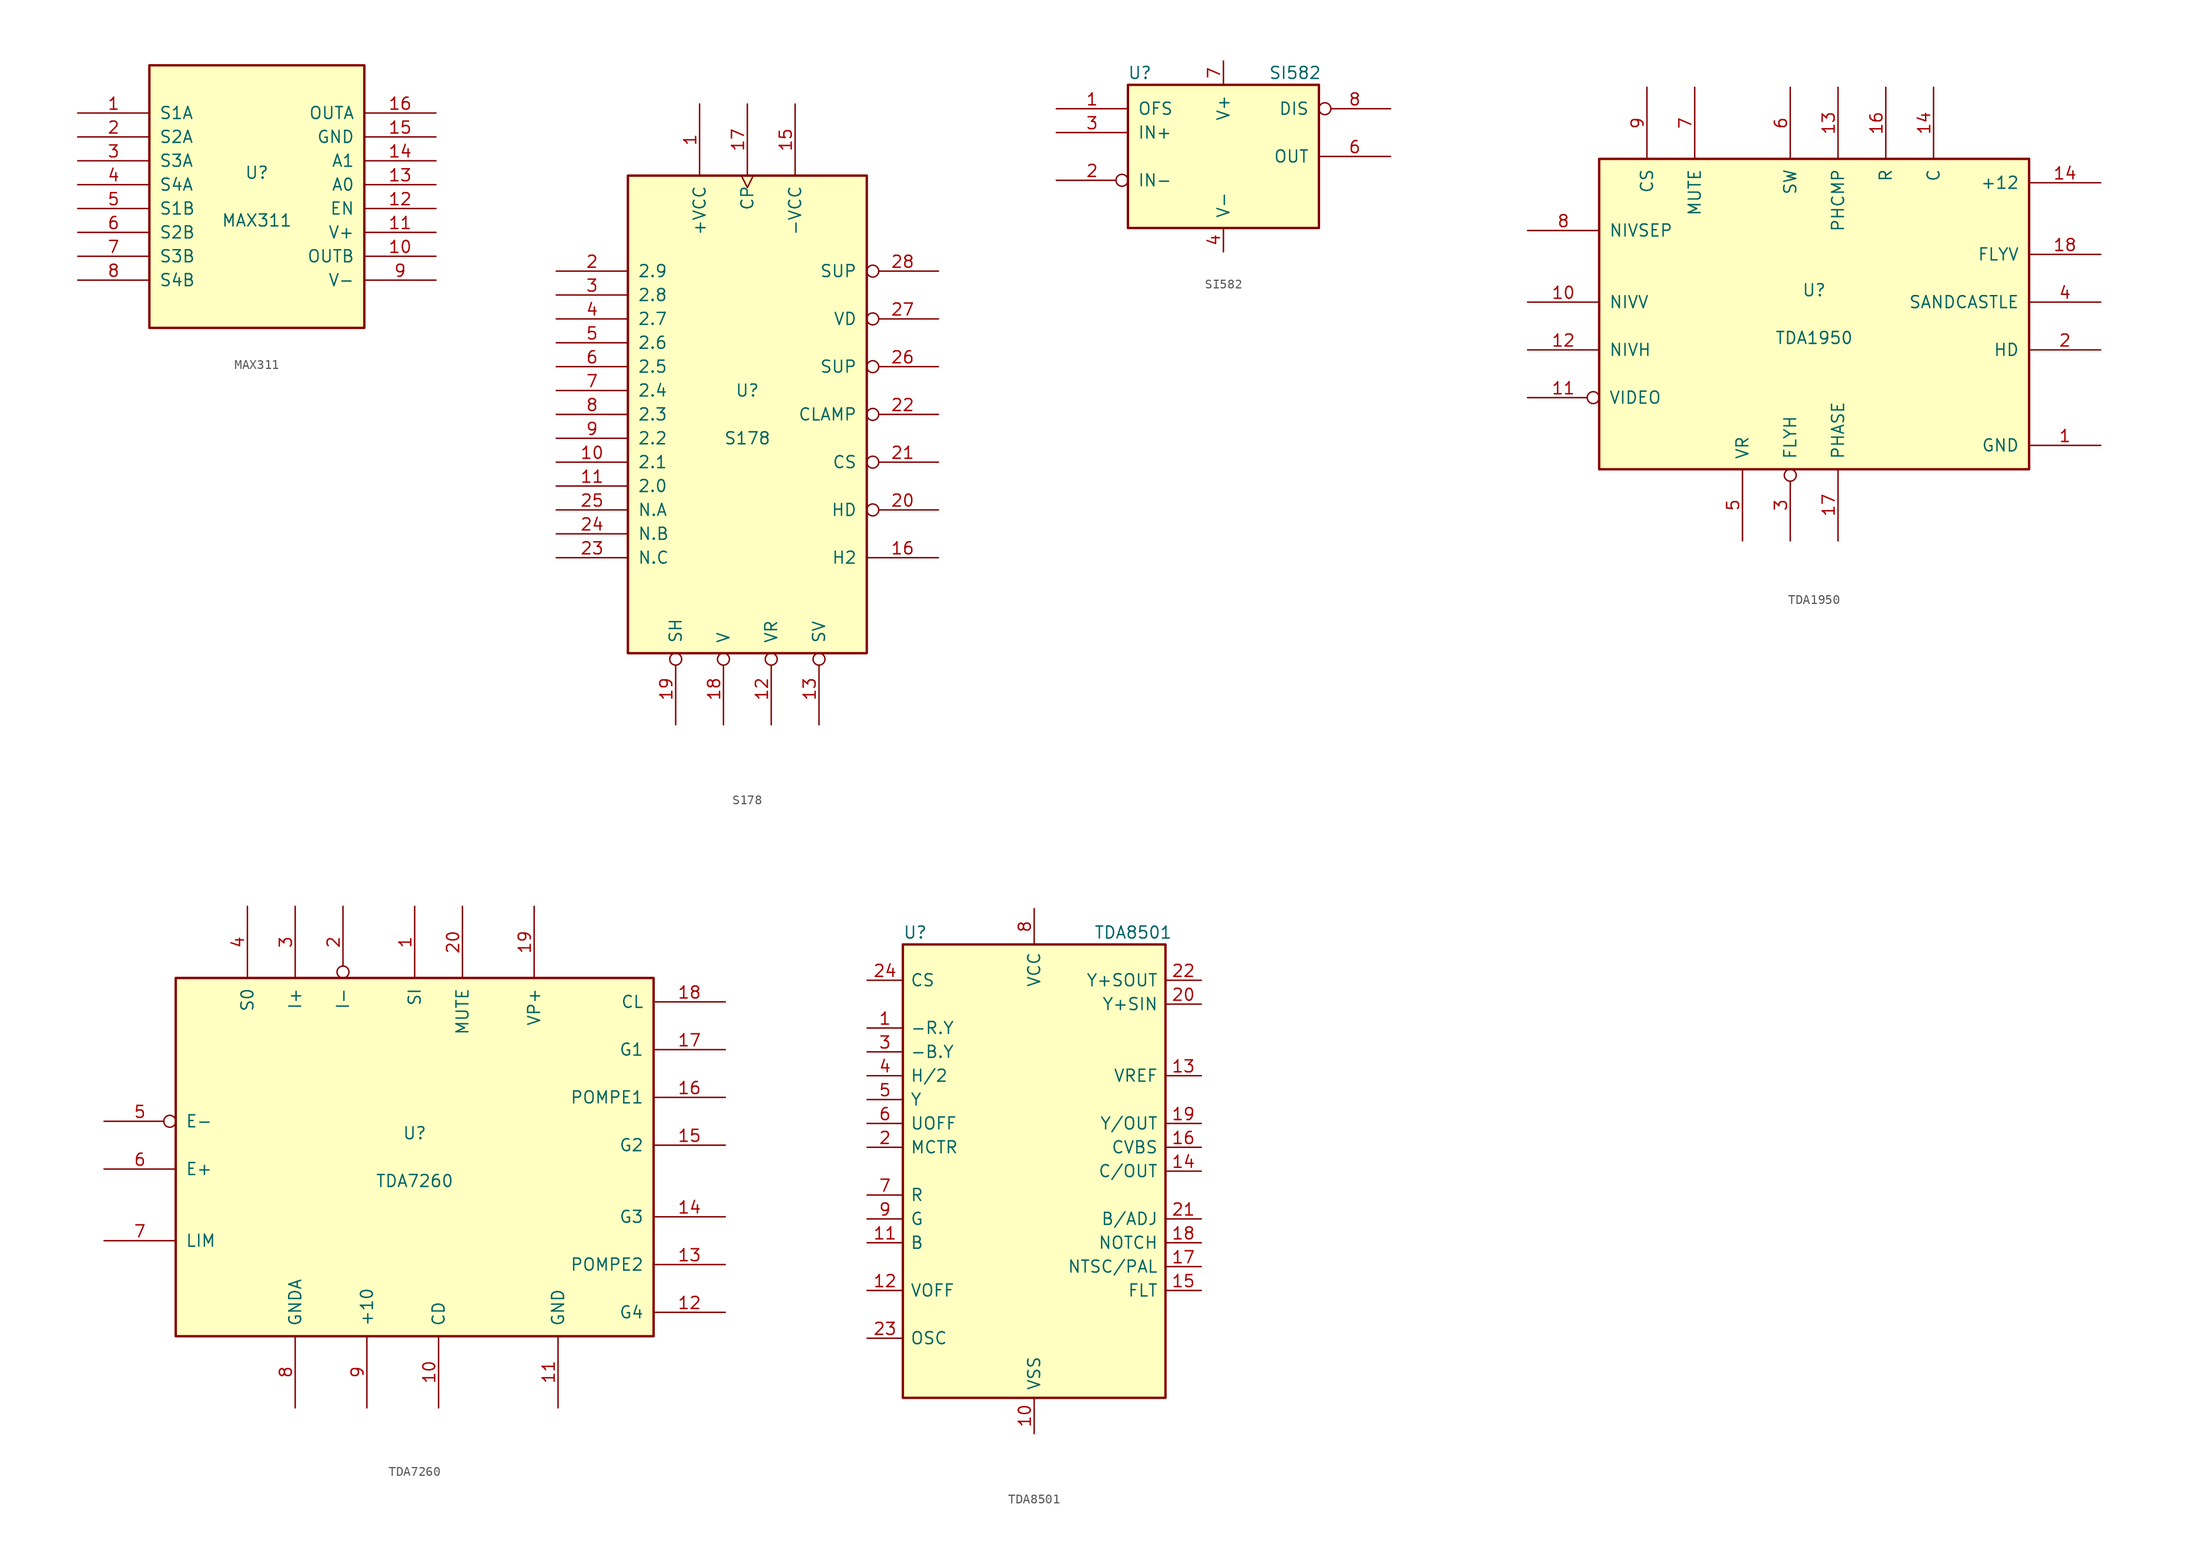
<source format=kicad_sym>
(kicad_symbol_lib
  (version 20241209)
  (generator "kicad_symbol_editor")
  (generator_version "9.0")
  (symbol "MAX311"
    (pin_names
      (offset 1.016))
    (property "Reference" "U"
      (at 0 2.54 0)
      (effects (font (size 1.27 1.27))))
    (property "Value" "MAX311"
      (at 0 -2.54 0)
      (effects (font (size 1.27 1.27))))
    (symbol "MAX311_0_1"
      (rectangle (start -11.43 -13.97) (end 11.43 13.97) (stroke (width 0.254) (type default)) (fill (type background))))
    (symbol "MAX311_1_1"
      (pin input line (at -19.05 8.89 0) (length 7.62) (name "S1A" (effects (font (size 1.27 1.27)))) (number "1" (effects (font (size 1.27 1.27)))))
      (pin input line (at -19.05 6.35 0) (length 7.62) (name "S2A" (effects (font (size 1.27 1.27)))) (number "2" (effects (font (size 1.27 1.27)))))
      (pin input line (at -19.05 3.81 0) (length 7.62) (name "S3A" (effects (font (size 1.27 1.27)))) (number "3" (effects (font (size 1.27 1.27)))))
      (pin input line (at -19.05 1.27 0) (length 7.62) (name "S4A" (effects (font (size 1.27 1.27)))) (number "4" (effects (font (size 1.27 1.27)))))
      (pin input line (at -19.05 -1.27 0) (length 7.62) (name "S1B" (effects (font (size 1.27 1.27)))) (number "5" (effects (font (size 1.27 1.27)))))
      (pin input line (at -19.05 -3.81 0) (length 7.62) (name "S2B" (effects (font (size 1.27 1.27)))) (number "6" (effects (font (size 1.27 1.27)))))
      (pin input line (at -19.05 -6.35 0) (length 7.62) (name "S3B" (effects (font (size 1.27 1.27)))) (number "7" (effects (font (size 1.27 1.27)))))
      (pin input line (at -19.05 -8.89 0) (length 7.62) (name "S4B" (effects (font (size 1.27 1.27)))) (number "8" (effects (font (size 1.27 1.27)))))
      (pin output line (at 19.05 8.89 180) (length 7.62) (name "OUTA" (effects (font (size 1.27 1.27)))) (number "16" (effects (font (size 1.27 1.27)))))
      (pin input line (at 19.05 6.35 180) (length 7.62) (name "GND" (effects (font (size 1.27 1.27)))) (number "15" (effects (font (size 1.27 1.27)))))
      (pin input line (at 19.05 3.81 180) (length 7.62) (name "A1" (effects (font (size 1.27 1.27)))) (number "14" (effects (font (size 1.27 1.27)))))
      (pin input line (at 19.05 1.27 180) (length 7.62) (name "A0" (effects (font (size 1.27 1.27)))) (number "13" (effects (font (size 1.27 1.27)))))
      (pin input line (at 19.05 -1.27 180) (length 7.62) (name "EN" (effects (font (size 1.27 1.27)))) (number "12" (effects (font (size 1.27 1.27)))))
      (pin input line (at 19.05 -3.81 180) (length 7.62) (name "V+" (effects (font (size 1.27 1.27)))) (number "11" (effects (font (size 1.27 1.27)))))
      (pin input line (at 19.05 -6.35 180) (length 7.62) (name "OUTB" (effects (font (size 1.27 1.27)))) (number "10" (effects (font (size 1.27 1.27)))))
      (pin input line (at 19.05 -8.89 180) (length 7.62) (name "V-" (effects (font (size 1.27 1.27)))) (number "9" (effects (font (size 1.27 1.27)))))))
  (symbol "S178"
    (pin_names
      (offset 1.016))
    (property "Reference" "U"
      (at 0 2.54 0)
      (effects (font (size 1.27 1.27))))
    (property "Value" "S178"
      (at 0 -2.54 0)
      (effects (font (size 1.27 1.27))))
    (symbol "S178_0_1"
      (rectangle (start -12.7 -25.4) (end 12.7 25.4) (stroke (width 0.254) (type default)) (fill (type background))))
    (symbol "S178_1_1"
      (pin input line (at -20.32 15.24 0) (length 7.62) (name "2.9" (effects (font (size 1.27 1.27)))) (number "2" (effects (font (size 1.27 1.27)))))
      (pin input line (at -20.32 12.7 0) (length 7.62) (name "2.8" (effects (font (size 1.27 1.27)))) (number "3" (effects (font (size 1.27 1.27)))))
      (pin input line (at -20.32 10.16 0) (length 7.62) (name "2.7" (effects (font (size 1.27 1.27)))) (number "4" (effects (font (size 1.27 1.27)))))
      (pin input line (at -20.32 7.62 0) (length 7.62) (name "2.6" (effects (font (size 1.27 1.27)))) (number "5" (effects (font (size 1.27 1.27)))))
      (pin input line (at -20.32 5.08 0) (length 7.62) (name "2.5" (effects (font (size 1.27 1.27)))) (number "6" (effects (font (size 1.27 1.27)))))
      (pin input line (at -20.32 2.54 0) (length 7.62) (name "2.4" (effects (font (size 1.27 1.27)))) (number "7" (effects (font (size 1.27 1.27)))))
      (pin input line (at -20.32 0 0) (length 7.62) (name "2.3" (effects (font (size 1.27 1.27)))) (number "8" (effects (font (size 1.27 1.27)))))
      (pin input line (at -20.32 -2.54 0) (length 7.62) (name "2.2" (effects (font (size 1.27 1.27)))) (number "9" (effects (font (size 1.27 1.27)))))
      (pin input line (at -20.32 -5.08 0) (length 7.62) (name "2.1" (effects (font (size 1.27 1.27)))) (number "10" (effects (font (size 1.27 1.27)))))
      (pin input line (at -20.32 -7.62 0) (length 7.62) (name "2.0" (effects (font (size 1.27 1.27)))) (number "11" (effects (font (size 1.27 1.27)))))
      (pin input line (at -20.32 -10.16 0) (length 7.62) (name "N.A" (effects (font (size 1.27 1.27)))) (number "25" (effects (font (size 1.27 1.27)))))
      (pin input line (at -20.32 -12.7 0) (length 7.62) (name "N.B" (effects (font (size 1.27 1.27)))) (number "24" (effects (font (size 1.27 1.27)))))
      (pin input line (at -20.32 -15.24 0) (length 7.62) (name "N.C" (effects (font (size 1.27 1.27)))) (number "23" (effects (font (size 1.27 1.27)))))
      (pin input inverted (at -7.62 -33.02 90) (length 7.62) (name "SH" (effects (font (size 1.27 1.27)))) (number "19" (effects (font (size 1.27 1.27)))))
      (pin input line (at -5.08 33.02 270) (length 7.62) (name "+VCC" (effects (font (size 1.27 1.27)))) (number "1" (effects (font (size 1.27 1.27)))))
      (pin input inverted (at -2.54 -33.02 90) (length 7.62) (name "V" (effects (font (size 1.27 1.27)))) (number "18" (effects (font (size 1.27 1.27)))))
      (pin input clock (at 0 33.02 270) (length 7.62) (name "CP" (effects (font (size 1.27 1.27)))) (number "17" (effects (font (size 1.27 1.27)))))
      (pin input inverted (at 2.54 -33.02 90) (length 7.62) (name "VR" (effects (font (size 1.27 1.27)))) (number "12" (effects (font (size 1.27 1.27)))))
      (pin input line (at 5.08 33.02 270) (length 7.62) (name "-VCC" (effects (font (size 1.27 1.27)))) (number "15" (effects (font (size 1.27 1.27)))))
      (pin input inverted (at 7.62 -33.02 90) (length 7.62) (name "SV" (effects (font (size 1.27 1.27)))) (number "13" (effects (font (size 1.27 1.27)))))
      (pin output inverted (at 20.32 15.24 180) (length 7.62) (name "SUP" (effects (font (size 1.27 1.27)))) (number "28" (effects (font (size 1.27 1.27)))))
      (pin output inverted (at 20.32 10.16 180) (length 7.62) (name "VD" (effects (font (size 1.27 1.27)))) (number "27" (effects (font (size 1.27 1.27)))))
      (pin output inverted (at 20.32 5.08 180) (length 7.62) (name "SUP" (effects (font (size 1.27 1.27)))) (number "26" (effects (font (size 1.27 1.27)))))
      (pin output inverted (at 20.32 0 180) (length 7.62) (name "CLAMP" (effects (font (size 1.27 1.27)))) (number "22" (effects (font (size 1.27 1.27)))))
      (pin output inverted (at 20.32 -5.08 180) (length 7.62) (name "CS" (effects (font (size 1.27 1.27)))) (number "21" (effects (font (size 1.27 1.27)))))
      (pin output inverted (at 20.32 -10.16 180) (length 7.62) (name "HD" (effects (font (size 1.27 1.27)))) (number "20" (effects (font (size 1.27 1.27)))))
      (pin output line (at 20.32 -15.24 180) (length 7.62) (name "H2" (effects (font (size 1.27 1.27)))) (number "16" (effects (font (size 1.27 1.27)))))))
  (symbol "SI582"
    (pin_names
      (offset 1.016))
    (property "Reference" "U"
      (at -8.89 8.89 0)
      (effects (font (size 1.27 1.27))))
    (property "Value" "SI582"
      (at 7.62 8.89 0)
      (effects (font (size 1.27 1.27))))
    (symbol "SI582_0_1"
      (rectangle (start -10.16 -7.62) (end 10.16 7.62) (stroke (width 0.254) (type default)) (fill (type background))))
    (symbol "SI582_1_1"
      (pin input line (at -17.78 5.08 0) (length 7.62) (name "OFS" (effects (font (size 1.27 1.27)))) (number "1" (effects (font (size 1.27 1.27)))))
      (pin input line (at -17.78 2.54 0) (length 7.62) (name "IN+" (effects (font (size 1.27 1.27)))) (number "3" (effects (font (size 1.27 1.27)))))
      (pin input inverted (at -17.78 -2.54 0) (length 7.62) (name "IN-" (effects (font (size 1.27 1.27)))) (number "2" (effects (font (size 1.27 1.27)))))
      (pin power_in line (at 0 10.16 270) (length 2.54) (name "V+" (effects (font (size 1.27 1.27)))) (number "7" (effects (font (size 1.27 1.27)))))
      (pin power_in line (at 0 -10.16 90) (length 2.54) (name "V-" (effects (font (size 1.27 1.27)))) (number "4" (effects (font (size 1.27 1.27)))))
      (pin input inverted (at 17.78 5.08 180) (length 7.62) (name "DIS" (effects (font (size 1.27 1.27)))) (number "8" (effects (font (size 1.27 1.27)))))
      (pin input line (at 17.78 0 180) (length 7.62) (name "OUT" (effects (font (size 1.27 1.27)))) (number "6" (effects (font (size 1.27 1.27)))))))
  (symbol "TDA1950"
    (pin_names
      (offset 1.016))
    (property "Reference" "U"
      (at 0 2.54 0)
      (effects (font (size 1.27 1.27))))
    (property "Value" "TDA1950"
      (at 0 -2.54 0)
      (effects (font (size 1.27 1.27))))
    (symbol "TDA1950_0_1"
      (rectangle (start -22.86 -16.51) (end 22.86 16.51) (stroke (width 0.254) (type default)) (fill (type background))))
    (symbol "TDA1950_1_1"
      (pin input line (at -30.48 8.89 0) (length 7.62) (name "NIVSEP" (effects (font (size 1.27 1.27)))) (number "8" (effects (font (size 1.27 1.27)))))
      (pin output line (at -30.48 1.27 0) (length 7.62) (name "NIVV" (effects (font (size 1.27 1.27)))) (number "10" (effects (font (size 1.27 1.27)))))
      (pin output line (at -30.48 -3.81 0) (length 7.62) (name "NIVH" (effects (font (size 1.27 1.27)))) (number "12" (effects (font (size 1.27 1.27)))))
      (pin input inverted (at -30.48 -8.89 0) (length 7.62) (name "VIDEO" (effects (font (size 1.27 1.27)))) (number "11" (effects (font (size 1.27 1.27)))))
      (pin output line (at -17.78 24.13 270) (length 7.62) (name "CS" (effects (font (size 1.27 1.27)))) (number "9" (effects (font (size 1.27 1.27)))))
      (pin output line (at -12.7 24.13 270) (length 7.62) (name "MUTE" (effects (font (size 1.27 1.27)))) (number "7" (effects (font (size 1.27 1.27)))))
      (pin input line (at -7.62 -24.13 90) (length 7.62) (name "VR" (effects (font (size 1.27 1.27)))) (number "5" (effects (font (size 1.27 1.27)))))
      (pin output line (at -2.54 24.13 270) (length 7.62) (name "SW" (effects (font (size 1.27 1.27)))) (number "6" (effects (font (size 1.27 1.27)))))
      (pin input inverted (at -2.54 -24.13 90) (length 7.62) (name "FLYH" (effects (font (size 1.27 1.27)))) (number "3" (effects (font (size 1.27 1.27)))))
      (pin output line (at 2.54 24.13 270) (length 7.62) (name "PHCMP" (effects (font (size 1.27 1.27)))) (number "13" (effects (font (size 1.27 1.27)))))
      (pin input line (at 2.54 -24.13 90) (length 7.62) (name "PHASE" (effects (font (size 1.27 1.27)))) (number "17" (effects (font (size 1.27 1.27)))))
      (pin output line (at 7.62 24.13 270) (length 7.62) (name "R" (effects (font (size 1.27 1.27)))) (number "16" (effects (font (size 1.27 1.27)))))
      (pin output line (at 12.7 24.13 270) (length 7.62) (name "C" (effects (font (size 1.27 1.27)))) (number "14" (effects (font (size 1.27 1.27)))))
      (pin input line (at 30.48 13.97 180) (length 7.62) (name "+12" (effects (font (size 1.27 1.27)))) (number "14" (effects (font (size 1.27 1.27)))))
      (pin input line (at 30.48 6.35 180) (length 7.62) (name "FLYV" (effects (font (size 1.27 1.27)))) (number "18" (effects (font (size 1.27 1.27)))))
      (pin output line (at 30.48 1.27 180) (length 7.62) (name "SANDCASTLE" (effects (font (size 1.27 1.27)))) (number "4" (effects (font (size 1.27 1.27)))))
      (pin output line (at 30.48 -3.81 180) (length 7.62) (name "HD" (effects (font (size 1.27 1.27)))) (number "2" (effects (font (size 1.27 1.27)))))
      (pin input line (at 30.48 -13.97 180) (length 7.62) (name "GND" (effects (font (size 1.27 1.27)))) (number "1" (effects (font (size 1.27 1.27)))))))
  (symbol "TDA7260"
    (pin_names
      (offset 1.016))
    (property "Reference" "U"
      (at 0 2.54 0)
      (effects (font (size 1.27 1.27))))
    (property "Value" "TDA7260"
      (at 0 -2.54 0)
      (effects (font (size 1.27 1.27))))
    (symbol "TDA7260_0_1"
      (rectangle (start -25.4 -19.05) (end 25.4 19.05) (stroke (width 0.254) (type default)) (fill (type background))))
    (symbol "TDA7260_1_1"
      (pin input inverted (at -33.02 3.81 0) (length 7.62) (name "E-" (effects (font (size 1.27 1.27)))) (number "5" (effects (font (size 1.27 1.27)))))
      (pin input line (at -33.02 -1.27 0) (length 7.62) (name "E+" (effects (font (size 1.27 1.27)))) (number "6" (effects (font (size 1.27 1.27)))))
      (pin output line (at -33.02 -8.89 0) (length 7.62) (name "LIM" (effects (font (size 1.27 1.27)))) (number "7" (effects (font (size 1.27 1.27)))))
      (pin output line (at -17.78 26.67 270) (length 7.62) (name "S0" (effects (font (size 1.27 1.27)))) (number "4" (effects (font (size 1.27 1.27)))))
      (pin input line (at -12.7 26.67 270) (length 7.62) (name "I+" (effects (font (size 1.27 1.27)))) (number "3" (effects (font (size 1.27 1.27)))))
      (pin power_in line (at -12.7 -26.67 90) (length 7.62) (name "GNDA" (effects (font (size 1.27 1.27)))) (number "8" (effects (font (size 1.27 1.27)))))
      (pin input inverted (at -7.62 26.67 270) (length 7.62) (name "I-" (effects (font (size 1.27 1.27)))) (number "2" (effects (font (size 1.27 1.27)))))
      (pin output line (at -5.08 -26.67 90) (length 7.62) (name "+10" (effects (font (size 1.27 1.27)))) (number "9" (effects (font (size 1.27 1.27)))))
      (pin output line (at 0 26.67 270) (length 7.62) (name "SI" (effects (font (size 1.27 1.27)))) (number "1" (effects (font (size 1.27 1.27)))))
      (pin input line (at 2.54 -26.67 90) (length 7.62) (name "CD" (effects (font (size 1.27 1.27)))) (number "10" (effects (font (size 1.27 1.27)))))
      (pin input line (at 5.08 26.67 270) (length 7.62) (name "MUTE" (effects (font (size 1.27 1.27)))) (number "20" (effects (font (size 1.27 1.27)))))
      (pin input line (at 12.7 26.67 270) (length 7.62) (name "VP+" (effects (font (size 1.27 1.27)))) (number "19" (effects (font (size 1.27 1.27)))))
      (pin power_in line (at 15.24 -26.67 90) (length 7.62) (name "GND" (effects (font (size 1.27 1.27)))) (number "11" (effects (font (size 1.27 1.27)))))
      (pin input line (at 33.02 16.51 180) (length 7.62) (name "CL" (effects (font (size 1.27 1.27)))) (number "18" (effects (font (size 1.27 1.27)))))
      (pin output line (at 33.02 11.43 180) (length 7.62) (name "G1" (effects (font (size 1.27 1.27)))) (number "17" (effects (font (size 1.27 1.27)))))
      (pin input line (at 33.02 6.35 180) (length 7.62) (name "POMPE1" (effects (font (size 1.27 1.27)))) (number "16" (effects (font (size 1.27 1.27)))))
      (pin output line (at 33.02 1.27 180) (length 7.62) (name "G2" (effects (font (size 1.27 1.27)))) (number "15" (effects (font (size 1.27 1.27)))))
      (pin output line (at 33.02 -6.35 180) (length 7.62) (name "G3" (effects (font (size 1.27 1.27)))) (number "14" (effects (font (size 1.27 1.27)))))
      (pin input line (at 33.02 -11.43 180) (length 7.62) (name "POMPE2" (effects (font (size 1.27 1.27)))) (number "13" (effects (font (size 1.27 1.27)))))
      (pin output line (at 33.02 -16.51 180) (length 7.62) (name "G4" (effects (font (size 1.27 1.27)))) (number "12" (effects (font (size 1.27 1.27)))))))
  (symbol "TDA8501"
    (pin_names
      (offset 0.762))
    (property "Reference" "U"
      (at -13.97 25.4 0)
      (effects (font (size 1.27 1.27)) (justify left)))
    (property "Value" "TDA8501"
      (at 6.35 25.4 0)
      (effects (font (size 1.27 1.27)) (justify left)))
    (symbol "TDA8501_0_1"
      (rectangle (start -13.97 24.13) (end 13.97 -24.13) (stroke (width 0.254) (type default)) (fill (type background))))
    (symbol "TDA8501_1_1"
      (pin input line (at -17.78 20.32 0) (length 3.81) (name "CS" (effects (font (size 1.27 1.27)))) (number "24" (effects (font (size 1.27 1.27)))))
      (pin input line (at -17.78 15.24 0) (length 3.81) (name "-R.Y" (effects (font (size 1.27 1.27)))) (number "1" (effects (font (size 1.27 1.27)))))
      (pin input line (at -17.78 12.7 0) (length 3.81) (name "-B.Y" (effects (font (size 1.27 1.27)))) (number "3" (effects (font (size 1.27 1.27)))))
      (pin bidirectional line (at -17.78 10.16 0) (length 3.81) (name "H/2" (effects (font (size 1.27 1.27)))) (number "4" (effects (font (size 1.27 1.27)))))
      (pin input line (at -17.78 7.62 0) (length 3.81) (name "Y" (effects (font (size 1.27 1.27)))) (number "5" (effects (font (size 1.27 1.27)))))
      (pin output line (at -17.78 5.08 0) (length 3.81) (name "UOFF" (effects (font (size 1.27 1.27)))) (number "6" (effects (font (size 1.27 1.27)))))
      (pin input line (at -17.78 2.54 0) (length 3.81) (name "MCTR" (effects (font (size 1.27 1.27)))) (number "2" (effects (font (size 1.27 1.27)))))
      (pin input line (at -17.78 -2.54 0) (length 3.81) (name "R" (effects (font (size 1.27 1.27)))) (number "7" (effects (font (size 1.27 1.27)))))
      (pin input line (at -17.78 -5.08 0) (length 3.81) (name "G" (effects (font (size 1.27 1.27)))) (number "9" (effects (font (size 1.27 1.27)))))
      (pin input line (at -17.78 -7.62 0) (length 3.81) (name "B" (effects (font (size 1.27 1.27)))) (number "11" (effects (font (size 1.27 1.27)))))
      (pin output line (at -17.78 -12.7 0) (length 3.81) (name "VOFF" (effects (font (size 1.27 1.27)))) (number "12" (effects (font (size 1.27 1.27)))))
      (pin output line (at -17.78 -17.78 0) (length 3.81) (name "OSC" (effects (font (size 1.27 1.27)))) (number "23" (effects (font (size 1.27 1.27)))))
      (pin power_in line (at 0 27.94 270) (length 3.81) (name "VCC" (effects (font (size 1.27 1.27)))) (number "8" (effects (font (size 1.27 1.27)))))
      (pin power_in line (at 0 -27.94 90) (length 3.81) (name "VSS" (effects (font (size 1.27 1.27)))) (number "10" (effects (font (size 1.27 1.27)))))
      (pin output line (at 17.78 20.32 180) (length 3.81) (name "Y+SOUT" (effects (font (size 1.27 1.27)))) (number "22" (effects (font (size 1.27 1.27)))))
      (pin input line (at 17.78 17.78 180) (length 3.81) (name "Y+SIN" (effects (font (size 1.27 1.27)))) (number "20" (effects (font (size 1.27 1.27)))))
      (pin passive line (at 17.78 10.16 180) (length 3.81) (name "VREF" (effects (font (size 1.27 1.27)))) (number "13" (effects (font (size 1.27 1.27)))))
      (pin output line (at 17.78 5.08 180) (length 3.81) (name "Y/OUT" (effects (font (size 1.27 1.27)))) (number "19" (effects (font (size 1.27 1.27)))))
      (pin output line (at 17.78 2.54 180) (length 3.81) (name "CVBS" (effects (font (size 1.27 1.27)))) (number "16" (effects (font (size 1.27 1.27)))))
      (pin output line (at 17.78 0 180) (length 3.81) (name "C/OUT" (effects (font (size 1.27 1.27)))) (number "14" (effects (font (size 1.27 1.27)))))
      (pin passive line (at 17.78 -5.08 180) (length 3.81) (name "B/ADJ" (effects (font (size 1.27 1.27)))) (number "21" (effects (font (size 1.27 1.27)))))
      (pin input line (at 17.78 -7.62 180) (length 3.81) (name "NOTCH" (effects (font (size 1.27 1.27)))) (number "18" (effects (font (size 1.27 1.27)))))
      (pin input line (at 17.78 -10.16 180) (length 3.81) (name "NTSC/PAL" (effects (font (size 1.27 1.27)))) (number "17" (effects (font (size 1.27 1.27)))))
      (pin passive line (at 17.78 -12.7 180) (length 3.81) (name "FLT" (effects (font (size 1.27 1.27)))) (number "15" (effects (font (size 1.27 1.27))))))))
</source>
